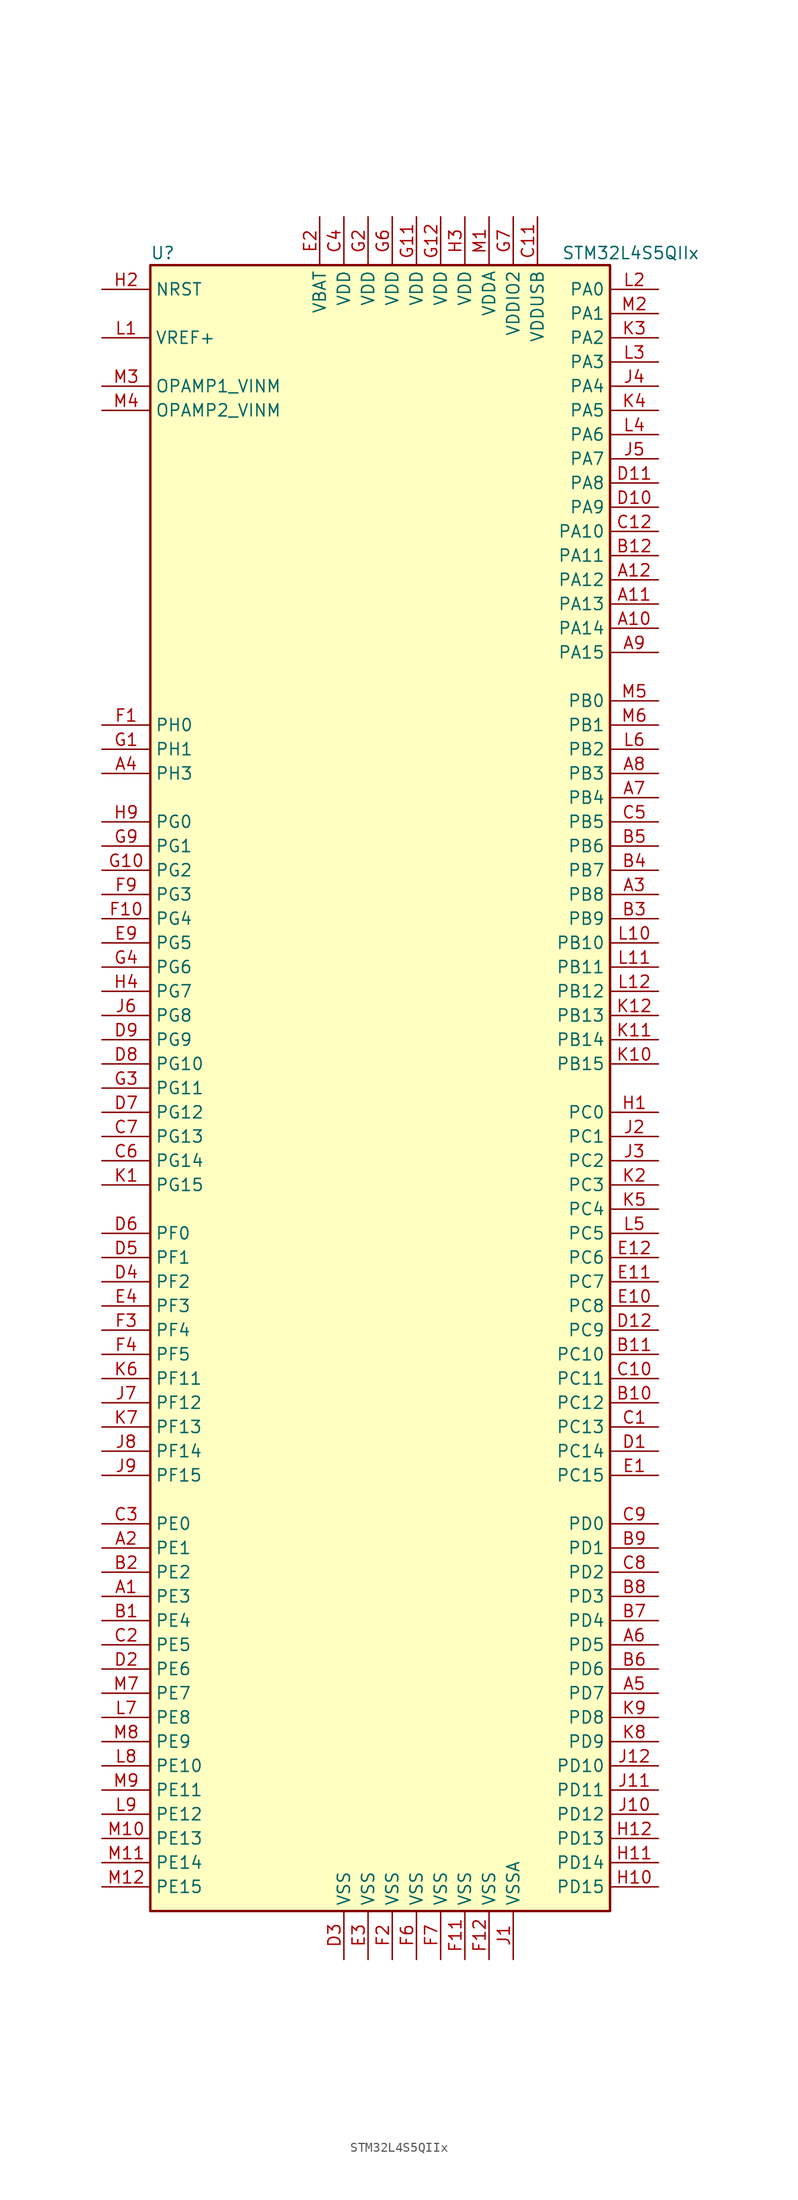
<source format=kicad_sym>
(kicad_symbol_lib
  (version 20211014)
  (generator kicad_symbol_editor)
  (symbol "STM32L4S5QIIx"
    (property "Reference" "U"
      (at -25.4 87.63 0)
      (effects (font (size 1.27 1.27)) (justify left)))
    (property "Value" "STM32L4S5QIIx"
      (at 17.78 87.63 0)
      (effects (font (size 1.27 1.27)) (justify left)))
    (symbol "STM32L4S5QIIx_0_1"
      (rectangle (start -25.4 -86.36) (end 22.86 86.36) (stroke (width 0.254) (type default) (color 0 0 0 0)) (fill (type background))))
    (symbol "STM32L4S5QIIx_1_1"
      (pin bidirectional line (at -30.48 -53.34 0) (length 5.08) (name "PE3" (effects (font (size 1.27 1.27)))) (number "A1" (effects (font (size 1.27 1.27)))))
      (pin bidirectional line (at 27.94 48.26 180) (length 5.08) (name "PA14" (effects (font (size 1.27 1.27)))) (number "A10" (effects (font (size 1.27 1.27)))))
      (pin bidirectional line (at 27.94 50.8 180) (length 5.08) (name "PA13" (effects (font (size 1.27 1.27)))) (number "A11" (effects (font (size 1.27 1.27)))))
      (pin bidirectional line (at 27.94 53.34 180) (length 5.08) (name "PA12" (effects (font (size 1.27 1.27)))) (number "A12" (effects (font (size 1.27 1.27)))))
      (pin bidirectional line (at -30.48 -48.26 0) (length 5.08) (name "PE1" (effects (font (size 1.27 1.27)))) (number "A2" (effects (font (size 1.27 1.27)))))
      (pin bidirectional line (at 27.94 20.32 180) (length 5.08) (name "PB8" (effects (font (size 1.27 1.27)))) (number "A3" (effects (font (size 1.27 1.27)))))
      (pin bidirectional line (at -30.48 33.02 0) (length 5.08) (name "PH3" (effects (font (size 1.27 1.27)))) (number "A4" (effects (font (size 1.27 1.27)))))
      (pin bidirectional line (at 27.94 -63.5 180) (length 5.08) (name "PD7" (effects (font (size 1.27 1.27)))) (number "A5" (effects (font (size 1.27 1.27)))))
      (pin bidirectional line (at 27.94 -58.42 180) (length 5.08) (name "PD5" (effects (font (size 1.27 1.27)))) (number "A6" (effects (font (size 1.27 1.27)))))
      (pin bidirectional line (at 27.94 30.48 180) (length 5.08) (name "PB4" (effects (font (size 1.27 1.27)))) (number "A7" (effects (font (size 1.27 1.27)))))
      (pin bidirectional line (at 27.94 33.02 180) (length 5.08) (name "PB3" (effects (font (size 1.27 1.27)))) (number "A8" (effects (font (size 1.27 1.27)))))
      (pin bidirectional line (at 27.94 45.72 180) (length 5.08) (name "PA15" (effects (font (size 1.27 1.27)))) (number "A9" (effects (font (size 1.27 1.27)))))
      (pin bidirectional line (at -30.48 -55.88 0) (length 5.08) (name "PE4" (effects (font (size 1.27 1.27)))) (number "B1" (effects (font (size 1.27 1.27)))))
      (pin bidirectional line (at 27.94 -33.02 180) (length 5.08) (name "PC12" (effects (font (size 1.27 1.27)))) (number "B10" (effects (font (size 1.27 1.27)))))
      (pin bidirectional line (at 27.94 -27.94 180) (length 5.08) (name "PC10" (effects (font (size 1.27 1.27)))) (number "B11" (effects (font (size 1.27 1.27)))))
      (pin bidirectional line (at 27.94 55.88 180) (length 5.08) (name "PA11" (effects (font (size 1.27 1.27)))) (number "B12" (effects (font (size 1.27 1.27)))))
      (pin bidirectional line (at -30.48 -50.8 0) (length 5.08) (name "PE2" (effects (font (size 1.27 1.27)))) (number "B2" (effects (font (size 1.27 1.27)))))
      (pin bidirectional line (at 27.94 17.78 180) (length 5.08) (name "PB9" (effects (font (size 1.27 1.27)))) (number "B3" (effects (font (size 1.27 1.27)))))
      (pin bidirectional line (at 27.94 22.86 180) (length 5.08) (name "PB7" (effects (font (size 1.27 1.27)))) (number "B4" (effects (font (size 1.27 1.27)))))
      (pin bidirectional line (at 27.94 25.4 180) (length 5.08) (name "PB6" (effects (font (size 1.27 1.27)))) (number "B5" (effects (font (size 1.27 1.27)))))
      (pin bidirectional line (at 27.94 -60.96 180) (length 5.08) (name "PD6" (effects (font (size 1.27 1.27)))) (number "B6" (effects (font (size 1.27 1.27)))))
      (pin bidirectional line (at 27.94 -55.88 180) (length 5.08) (name "PD4" (effects (font (size 1.27 1.27)))) (number "B7" (effects (font (size 1.27 1.27)))))
      (pin bidirectional line (at 27.94 -53.34 180) (length 5.08) (name "PD3" (effects (font (size 1.27 1.27)))) (number "B8" (effects (font (size 1.27 1.27)))))
      (pin bidirectional line (at 27.94 -48.26 180) (length 5.08) (name "PD1" (effects (font (size 1.27 1.27)))) (number "B9" (effects (font (size 1.27 1.27)))))
      (pin bidirectional line (at 27.94 -35.56 180) (length 5.08) (name "PC13" (effects (font (size 1.27 1.27)))) (number "C1" (effects (font (size 1.27 1.27)))))
      (pin bidirectional line (at 27.94 -30.48 180) (length 5.08) (name "PC11" (effects (font (size 1.27 1.27)))) (number "C10" (effects (font (size 1.27 1.27)))))
      (pin power_in line (at 15.24 91.44 270) (length 5.08) (name "VDDUSB" (effects (font (size 1.27 1.27)))) (number "C11" (effects (font (size 1.27 1.27)))))
      (pin bidirectional line (at 27.94 58.42 180) (length 5.08) (name "PA10" (effects (font (size 1.27 1.27)))) (number "C12" (effects (font (size 1.27 1.27)))))
      (pin bidirectional line (at -30.48 -58.42 0) (length 5.08) (name "PE5" (effects (font (size 1.27 1.27)))) (number "C2" (effects (font (size 1.27 1.27)))))
      (pin bidirectional line (at -30.48 -45.72 0) (length 5.08) (name "PE0" (effects (font (size 1.27 1.27)))) (number "C3" (effects (font (size 1.27 1.27)))))
      (pin power_in line (at -5.08 91.44 270) (length 5.08) (name "VDD" (effects (font (size 1.27 1.27)))) (number "C4" (effects (font (size 1.27 1.27)))))
      (pin bidirectional line (at 27.94 27.94 180) (length 5.08) (name "PB5" (effects (font (size 1.27 1.27)))) (number "C5" (effects (font (size 1.27 1.27)))))
      (pin bidirectional line (at -30.48 -7.62 0) (length 5.08) (name "PG14" (effects (font (size 1.27 1.27)))) (number "C6" (effects (font (size 1.27 1.27)))))
      (pin bidirectional line (at -30.48 -5.08 0) (length 5.08) (name "PG13" (effects (font (size 1.27 1.27)))) (number "C7" (effects (font (size 1.27 1.27)))))
      (pin bidirectional line (at 27.94 -50.8 180) (length 5.08) (name "PD2" (effects (font (size 1.27 1.27)))) (number "C8" (effects (font (size 1.27 1.27)))))
      (pin bidirectional line (at 27.94 -45.72 180) (length 5.08) (name "PD0" (effects (font (size 1.27 1.27)))) (number "C9" (effects (font (size 1.27 1.27)))))
      (pin bidirectional line (at 27.94 -38.1 180) (length 5.08) (name "PC14" (effects (font (size 1.27 1.27)))) (number "D1" (effects (font (size 1.27 1.27)))))
      (pin bidirectional line (at 27.94 60.96 180) (length 5.08) (name "PA9" (effects (font (size 1.27 1.27)))) (number "D10" (effects (font (size 1.27 1.27)))))
      (pin bidirectional line (at 27.94 63.5 180) (length 5.08) (name "PA8" (effects (font (size 1.27 1.27)))) (number "D11" (effects (font (size 1.27 1.27)))))
      (pin bidirectional line (at 27.94 -25.4 180) (length 5.08) (name "PC9" (effects (font (size 1.27 1.27)))) (number "D12" (effects (font (size 1.27 1.27)))))
      (pin bidirectional line (at -30.48 -60.96 0) (length 5.08) (name "PE6" (effects (font (size 1.27 1.27)))) (number "D2" (effects (font (size 1.27 1.27)))))
      (pin power_in line (at -5.08 -91.44 90) (length 5.08) (name "VSS" (effects (font (size 1.27 1.27)))) (number "D3" (effects (font (size 1.27 1.27)))))
      (pin bidirectional line (at -30.48 -20.32 0) (length 5.08) (name "PF2" (effects (font (size 1.27 1.27)))) (number "D4" (effects (font (size 1.27 1.27)))))
      (pin bidirectional line (at -30.48 -17.78 0) (length 5.08) (name "PF1" (effects (font (size 1.27 1.27)))) (number "D5" (effects (font (size 1.27 1.27)))))
      (pin bidirectional line (at -30.48 -15.24 0) (length 5.08) (name "PF0" (effects (font (size 1.27 1.27)))) (number "D6" (effects (font (size 1.27 1.27)))))
      (pin bidirectional line (at -30.48 -2.54 0) (length 5.08) (name "PG12" (effects (font (size 1.27 1.27)))) (number "D7" (effects (font (size 1.27 1.27)))))
      (pin bidirectional line (at -30.48 2.54 0) (length 5.08) (name "PG10" (effects (font (size 1.27 1.27)))) (number "D8" (effects (font (size 1.27 1.27)))))
      (pin bidirectional line (at -30.48 5.08 0) (length 5.08) (name "PG9" (effects (font (size 1.27 1.27)))) (number "D9" (effects (font (size 1.27 1.27)))))
      (pin bidirectional line (at 27.94 -40.64 180) (length 5.08) (name "PC15" (effects (font (size 1.27 1.27)))) (number "E1" (effects (font (size 1.27 1.27)))))
      (pin bidirectional line (at 27.94 -22.86 180) (length 5.08) (name "PC8" (effects (font (size 1.27 1.27)))) (number "E10" (effects (font (size 1.27 1.27)))))
      (pin bidirectional line (at 27.94 -20.32 180) (length 5.08) (name "PC7" (effects (font (size 1.27 1.27)))) (number "E11" (effects (font (size 1.27 1.27)))))
      (pin bidirectional line (at 27.94 -17.78 180) (length 5.08) (name "PC6" (effects (font (size 1.27 1.27)))) (number "E12" (effects (font (size 1.27 1.27)))))
      (pin power_in line (at -7.62 91.44 270) (length 5.08) (name "VBAT" (effects (font (size 1.27 1.27)))) (number "E2" (effects (font (size 1.27 1.27)))))
      (pin power_in line (at -2.54 -91.44 90) (length 5.08) (name "VSS" (effects (font (size 1.27 1.27)))) (number "E3" (effects (font (size 1.27 1.27)))))
      (pin bidirectional line (at -30.48 -22.86 0) (length 5.08) (name "PF3" (effects (font (size 1.27 1.27)))) (number "E4" (effects (font (size 1.27 1.27)))))
      (pin bidirectional line (at -30.48 15.24 0) (length 5.08) (name "PG5" (effects (font (size 1.27 1.27)))) (number "E9" (effects (font (size 1.27 1.27)))))
      (pin input line (at -30.48 38.1 0) (length 5.08) (name "PH0" (effects (font (size 1.27 1.27)))) (number "F1" (effects (font (size 1.27 1.27)))))
      (pin bidirectional line (at -30.48 17.78 0) (length 5.08) (name "PG4" (effects (font (size 1.27 1.27)))) (number "F10" (effects (font (size 1.27 1.27)))))
      (pin power_in line (at 7.62 -91.44 90) (length 5.08) (name "VSS" (effects (font (size 1.27 1.27)))) (number "F11" (effects (font (size 1.27 1.27)))))
      (pin power_in line (at 10.16 -91.44 90) (length 5.08) (name "VSS" (effects (font (size 1.27 1.27)))) (number "F12" (effects (font (size 1.27 1.27)))))
      (pin power_in line (at 0 -91.44 90) (length 5.08) (name "VSS" (effects (font (size 1.27 1.27)))) (number "F2" (effects (font (size 1.27 1.27)))))
      (pin bidirectional line (at -30.48 -25.4 0) (length 5.08) (name "PF4" (effects (font (size 1.27 1.27)))) (number "F3" (effects (font (size 1.27 1.27)))))
      (pin bidirectional line (at -30.48 -27.94 0) (length 5.08) (name "PF5" (effects (font (size 1.27 1.27)))) (number "F4" (effects (font (size 1.27 1.27)))))
      (pin power_in line (at 2.54 -91.44 90) (length 5.08) (name "VSS" (effects (font (size 1.27 1.27)))) (number "F6" (effects (font (size 1.27 1.27)))))
      (pin power_in line (at 5.08 -91.44 90) (length 5.08) (name "VSS" (effects (font (size 1.27 1.27)))) (number "F7" (effects (font (size 1.27 1.27)))))
      (pin bidirectional line (at -30.48 20.32 0) (length 5.08) (name "PG3" (effects (font (size 1.27 1.27)))) (number "F9" (effects (font (size 1.27 1.27)))))
      (pin input line (at -30.48 35.56 0) (length 5.08) (name "PH1" (effects (font (size 1.27 1.27)))) (number "G1" (effects (font (size 1.27 1.27)))))
      (pin bidirectional line (at -30.48 22.86 0) (length 5.08) (name "PG2" (effects (font (size 1.27 1.27)))) (number "G10" (effects (font (size 1.27 1.27)))))
      (pin power_in line (at 2.54 91.44 270) (length 5.08) (name "VDD" (effects (font (size 1.27 1.27)))) (number "G11" (effects (font (size 1.27 1.27)))))
      (pin power_in line (at 5.08 91.44 270) (length 5.08) (name "VDD" (effects (font (size 1.27 1.27)))) (number "G12" (effects (font (size 1.27 1.27)))))
      (pin power_in line (at -2.54 91.44 270) (length 5.08) (name "VDD" (effects (font (size 1.27 1.27)))) (number "G2" (effects (font (size 1.27 1.27)))))
      (pin bidirectional line (at -30.48 0 0) (length 5.08) (name "PG11" (effects (font (size 1.27 1.27)))) (number "G3" (effects (font (size 1.27 1.27)))))
      (pin bidirectional line (at -30.48 12.7 0) (length 5.08) (name "PG6" (effects (font (size 1.27 1.27)))) (number "G4" (effects (font (size 1.27 1.27)))))
      (pin power_in line (at 0 91.44 270) (length 5.08) (name "VDD" (effects (font (size 1.27 1.27)))) (number "G6" (effects (font (size 1.27 1.27)))))
      (pin power_in line (at 12.7 91.44 270) (length 5.08) (name "VDDIO2" (effects (font (size 1.27 1.27)))) (number "G7" (effects (font (size 1.27 1.27)))))
      (pin bidirectional line (at -30.48 25.4 0) (length 5.08) (name "PG1" (effects (font (size 1.27 1.27)))) (number "G9" (effects (font (size 1.27 1.27)))))
      (pin bidirectional line (at 27.94 -2.54 180) (length 5.08) (name "PC0" (effects (font (size 1.27 1.27)))) (number "H1" (effects (font (size 1.27 1.27)))))
      (pin bidirectional line (at 27.94 -83.82 180) (length 5.08) (name "PD15" (effects (font (size 1.27 1.27)))) (number "H10" (effects (font (size 1.27 1.27)))))
      (pin bidirectional line (at 27.94 -81.28 180) (length 5.08) (name "PD14" (effects (font (size 1.27 1.27)))) (number "H11" (effects (font (size 1.27 1.27)))))
      (pin bidirectional line (at 27.94 -78.74 180) (length 5.08) (name "PD13" (effects (font (size 1.27 1.27)))) (number "H12" (effects (font (size 1.27 1.27)))))
      (pin input line (at -30.48 83.82 0) (length 5.08) (name "NRST" (effects (font (size 1.27 1.27)))) (number "H2" (effects (font (size 1.27 1.27)))))
      (pin power_in line (at 7.62 91.44 270) (length 5.08) (name "VDD" (effects (font (size 1.27 1.27)))) (number "H3" (effects (font (size 1.27 1.27)))))
      (pin bidirectional line (at -30.48 10.16 0) (length 5.08) (name "PG7" (effects (font (size 1.27 1.27)))) (number "H4" (effects (font (size 1.27 1.27)))))
      (pin bidirectional line (at -30.48 27.94 0) (length 5.08) (name "PG0" (effects (font (size 1.27 1.27)))) (number "H9" (effects (font (size 1.27 1.27)))))
      (pin power_in line (at 12.7 -91.44 90) (length 5.08) (name "VSSA" (effects (font (size 1.27 1.27)))) (number "J1" (effects (font (size 1.27 1.27)))))
      (pin bidirectional line (at 27.94 -76.2 180) (length 5.08) (name "PD12" (effects (font (size 1.27 1.27)))) (number "J10" (effects (font (size 1.27 1.27)))))
      (pin bidirectional line (at 27.94 -73.66 180) (length 5.08) (name "PD11" (effects (font (size 1.27 1.27)))) (number "J11" (effects (font (size 1.27 1.27)))))
      (pin bidirectional line (at 27.94 -71.12 180) (length 5.08) (name "PD10" (effects (font (size 1.27 1.27)))) (number "J12" (effects (font (size 1.27 1.27)))))
      (pin bidirectional line (at 27.94 -5.08 180) (length 5.08) (name "PC1" (effects (font (size 1.27 1.27)))) (number "J2" (effects (font (size 1.27 1.27)))))
      (pin bidirectional line (at 27.94 -7.62 180) (length 5.08) (name "PC2" (effects (font (size 1.27 1.27)))) (number "J3" (effects (font (size 1.27 1.27)))))
      (pin bidirectional line (at 27.94 73.66 180) (length 5.08) (name "PA4" (effects (font (size 1.27 1.27)))) (number "J4" (effects (font (size 1.27 1.27)))))
      (pin bidirectional line (at 27.94 66.04 180) (length 5.08) (name "PA7" (effects (font (size 1.27 1.27)))) (number "J5" (effects (font (size 1.27 1.27)))))
      (pin bidirectional line (at -30.48 7.62 0) (length 5.08) (name "PG8" (effects (font (size 1.27 1.27)))) (number "J6" (effects (font (size 1.27 1.27)))))
      (pin bidirectional line (at -30.48 -33.02 0) (length 5.08) (name "PF12" (effects (font (size 1.27 1.27)))) (number "J7" (effects (font (size 1.27 1.27)))))
      (pin bidirectional line (at -30.48 -38.1 0) (length 5.08) (name "PF14" (effects (font (size 1.27 1.27)))) (number "J8" (effects (font (size 1.27 1.27)))))
      (pin bidirectional line (at -30.48 -40.64 0) (length 5.08) (name "PF15" (effects (font (size 1.27 1.27)))) (number "J9" (effects (font (size 1.27 1.27)))))
      (pin bidirectional line (at -30.48 -10.16 0) (length 5.08) (name "PG15" (effects (font (size 1.27 1.27)))) (number "K1" (effects (font (size 1.27 1.27)))))
      (pin bidirectional line (at 27.94 2.54 180) (length 5.08) (name "PB15" (effects (font (size 1.27 1.27)))) (number "K10" (effects (font (size 1.27 1.27)))))
      (pin bidirectional line (at 27.94 5.08 180) (length 5.08) (name "PB14" (effects (font (size 1.27 1.27)))) (number "K11" (effects (font (size 1.27 1.27)))))
      (pin bidirectional line (at 27.94 7.62 180) (length 5.08) (name "PB13" (effects (font (size 1.27 1.27)))) (number "K12" (effects (font (size 1.27 1.27)))))
      (pin bidirectional line (at 27.94 -10.16 180) (length 5.08) (name "PC3" (effects (font (size 1.27 1.27)))) (number "K2" (effects (font (size 1.27 1.27)))))
      (pin bidirectional line (at 27.94 78.74 180) (length 5.08) (name "PA2" (effects (font (size 1.27 1.27)))) (number "K3" (effects (font (size 1.27 1.27)))))
      (pin bidirectional line (at 27.94 71.12 180) (length 5.08) (name "PA5" (effects (font (size 1.27 1.27)))) (number "K4" (effects (font (size 1.27 1.27)))))
      (pin bidirectional line (at 27.94 -12.7 180) (length 5.08) (name "PC4" (effects (font (size 1.27 1.27)))) (number "K5" (effects (font (size 1.27 1.27)))))
      (pin bidirectional line (at -30.48 -30.48 0) (length 5.08) (name "PF11" (effects (font (size 1.27 1.27)))) (number "K6" (effects (font (size 1.27 1.27)))))
      (pin bidirectional line (at -30.48 -35.56 0) (length 5.08) (name "PF13" (effects (font (size 1.27 1.27)))) (number "K7" (effects (font (size 1.27 1.27)))))
      (pin bidirectional line (at 27.94 -68.58 180) (length 5.08) (name "PD9" (effects (font (size 1.27 1.27)))) (number "K8" (effects (font (size 1.27 1.27)))))
      (pin bidirectional line (at 27.94 -66.04 180) (length 5.08) (name "PD8" (effects (font (size 1.27 1.27)))) (number "K9" (effects (font (size 1.27 1.27)))))
      (pin bidirectional line (at -30.48 78.74 0) (length 5.08) (name "VREF+" (effects (font (size 1.27 1.27)))) (number "L1" (effects (font (size 1.27 1.27)))))
      (pin bidirectional line (at 27.94 15.24 180) (length 5.08) (name "PB10" (effects (font (size 1.27 1.27)))) (number "L10" (effects (font (size 1.27 1.27)))))
      (pin bidirectional line (at 27.94 12.7 180) (length 5.08) (name "PB11" (effects (font (size 1.27 1.27)))) (number "L11" (effects (font (size 1.27 1.27)))))
      (pin bidirectional line (at 27.94 10.16 180) (length 5.08) (name "PB12" (effects (font (size 1.27 1.27)))) (number "L12" (effects (font (size 1.27 1.27)))))
      (pin bidirectional line (at 27.94 83.82 180) (length 5.08) (name "PA0" (effects (font (size 1.27 1.27)))) (number "L2" (effects (font (size 1.27 1.27)))))
      (pin bidirectional line (at 27.94 76.2 180) (length 5.08) (name "PA3" (effects (font (size 1.27 1.27)))) (number "L3" (effects (font (size 1.27 1.27)))))
      (pin bidirectional line (at 27.94 68.58 180) (length 5.08) (name "PA6" (effects (font (size 1.27 1.27)))) (number "L4" (effects (font (size 1.27 1.27)))))
      (pin bidirectional line (at 27.94 -15.24 180) (length 5.08) (name "PC5" (effects (font (size 1.27 1.27)))) (number "L5" (effects (font (size 1.27 1.27)))))
      (pin bidirectional line (at 27.94 35.56 180) (length 5.08) (name "PB2" (effects (font (size 1.27 1.27)))) (number "L6" (effects (font (size 1.27 1.27)))))
      (pin bidirectional line (at -30.48 -66.04 0) (length 5.08) (name "PE8" (effects (font (size 1.27 1.27)))) (number "L7" (effects (font (size 1.27 1.27)))))
      (pin bidirectional line (at -30.48 -71.12 0) (length 5.08) (name "PE10" (effects (font (size 1.27 1.27)))) (number "L8" (effects (font (size 1.27 1.27)))))
      (pin bidirectional line (at -30.48 -76.2 0) (length 5.08) (name "PE12" (effects (font (size 1.27 1.27)))) (number "L9" (effects (font (size 1.27 1.27)))))
      (pin power_in line (at 10.16 91.44 270) (length 5.08) (name "VDDA" (effects (font (size 1.27 1.27)))) (number "M1" (effects (font (size 1.27 1.27)))))
      (pin bidirectional line (at -30.48 -78.74 0) (length 5.08) (name "PE13" (effects (font (size 1.27 1.27)))) (number "M10" (effects (font (size 1.27 1.27)))))
      (pin bidirectional line (at -30.48 -81.28 0) (length 5.08) (name "PE14" (effects (font (size 1.27 1.27)))) (number "M11" (effects (font (size 1.27 1.27)))))
      (pin bidirectional line (at -30.48 -83.82 0) (length 5.08) (name "PE15" (effects (font (size 1.27 1.27)))) (number "M12" (effects (font (size 1.27 1.27)))))
      (pin bidirectional line (at 27.94 81.28 180) (length 5.08) (name "PA1" (effects (font (size 1.27 1.27)))) (number "M2" (effects (font (size 1.27 1.27)))))
      (pin bidirectional line (at -30.48 73.66 0) (length 5.08) (name "OPAMP1_VINM" (effects (font (size 1.27 1.27)))) (number "M3" (effects (font (size 1.27 1.27)))))
      (pin bidirectional line (at -30.48 71.12 0) (length 5.08) (name "OPAMP2_VINM" (effects (font (size 1.27 1.27)))) (number "M4" (effects (font (size 1.27 1.27)))))
      (pin bidirectional line (at 27.94 40.64 180) (length 5.08) (name "PB0" (effects (font (size 1.27 1.27)))) (number "M5" (effects (font (size 1.27 1.27)))))
      (pin bidirectional line (at 27.94 38.1 180) (length 5.08) (name "PB1" (effects (font (size 1.27 1.27)))) (number "M6" (effects (font (size 1.27 1.27)))))
      (pin bidirectional line (at -30.48 -63.5 0) (length 5.08) (name "PE7" (effects (font (size 1.27 1.27)))) (number "M7" (effects (font (size 1.27 1.27)))))
      (pin bidirectional line (at -30.48 -68.58 0) (length 5.08) (name "PE9" (effects (font (size 1.27 1.27)))) (number "M8" (effects (font (size 1.27 1.27)))))
      (pin bidirectional line (at -30.48 -73.66 0) (length 5.08) (name "PE11" (effects (font (size 1.27 1.27)))) (number "M9" (effects (font (size 1.27 1.27))))))))
</source>
